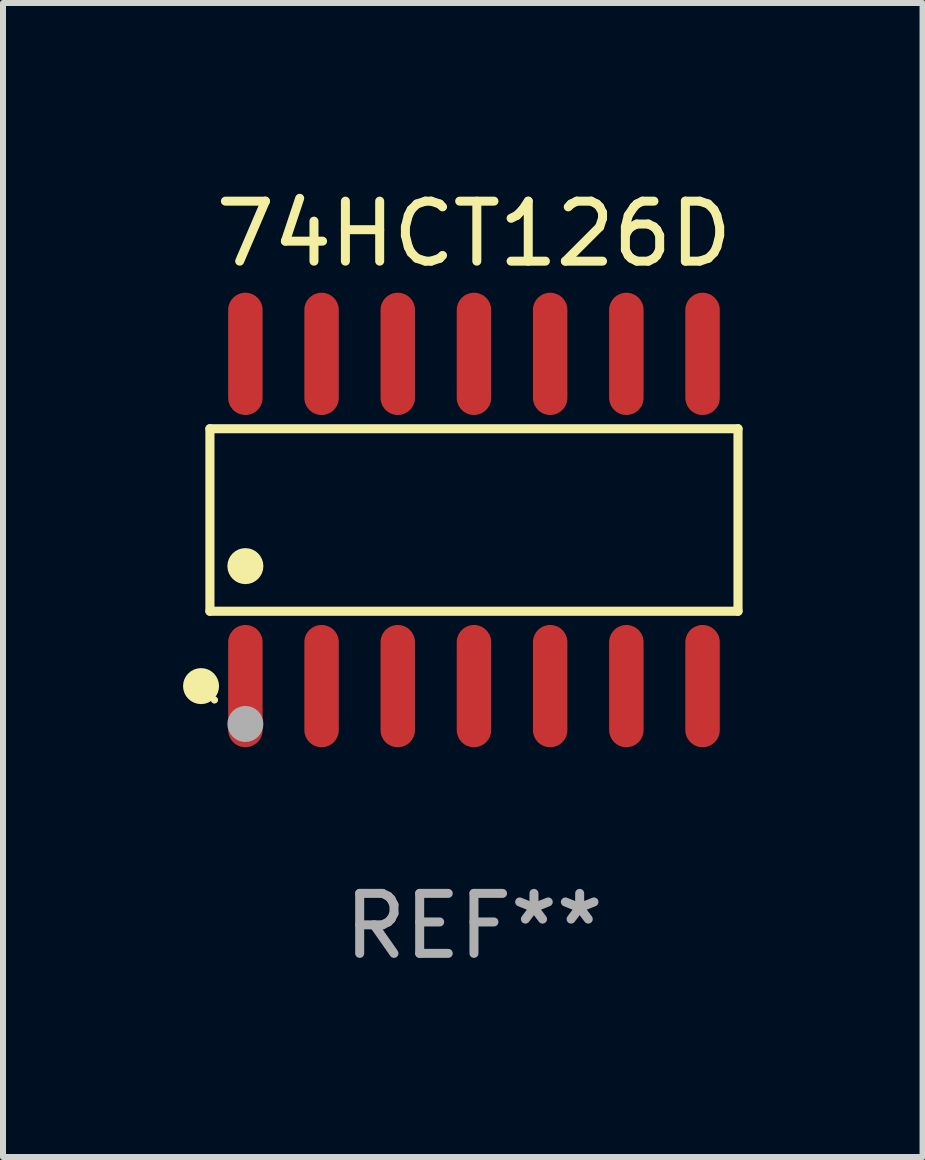
<source format=kicad_pcb>
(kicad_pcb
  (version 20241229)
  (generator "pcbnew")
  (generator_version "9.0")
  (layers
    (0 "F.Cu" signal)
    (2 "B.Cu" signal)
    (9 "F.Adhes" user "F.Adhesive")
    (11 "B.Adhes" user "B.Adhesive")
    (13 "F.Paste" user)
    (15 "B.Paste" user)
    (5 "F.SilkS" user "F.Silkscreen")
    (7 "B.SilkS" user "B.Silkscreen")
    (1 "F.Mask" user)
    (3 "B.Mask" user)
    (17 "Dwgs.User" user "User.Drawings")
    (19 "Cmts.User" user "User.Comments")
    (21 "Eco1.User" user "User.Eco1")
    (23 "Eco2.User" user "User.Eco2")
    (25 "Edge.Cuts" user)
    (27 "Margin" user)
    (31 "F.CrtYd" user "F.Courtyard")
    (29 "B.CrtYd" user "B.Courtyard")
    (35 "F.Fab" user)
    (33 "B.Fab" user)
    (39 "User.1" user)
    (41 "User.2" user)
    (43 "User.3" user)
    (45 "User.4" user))
  (footprint "74HCT126D"
    (layer "F.Cu")
    (at 4.85 5.617)
    (property "Reference" "74HCT126D" (at 0 -4.769 0) (layer "F.SilkS") (effects (font (size 1 1) (thickness 0.15))))
    (attr through_hole)
    (fp_line (start -4.401 -1.521) (end 4.401 -1.521) (stroke (width 0.152) (type solid)) (layer "F.SilkS"))
    (fp_line (start -4.401 1.521) (end -4.401 -1.521) (stroke (width 0.152) (type solid)) (layer "F.SilkS"))
    (fp_line (start 4.401 -1.521) (end 4.401 1.521) (stroke (width 0.152) (type solid)) (layer "F.SilkS"))
    (fp_line (start 4.401 1.521) (end -4.401 1.521) (stroke (width 0.152) (type solid)) (layer "F.SilkS"))
    (fp_circle (center -4.549 2.769) (end -4.399 2.769) (stroke (width 0.3) (type solid)) (fill no) (layer "F.SilkS"))
    (fp_circle (center -4.325 3) (end -4.295 3) (stroke (width 0.06) (type solid)) (fill no) (layer "F.SilkS"))
    (fp_circle (center -3.81 0.769) (end -3.66 0.769) (stroke (width 0.3) (type solid)) (fill no) (layer "F.SilkS"))
    (fp_circle (center -3.81 3.4) (end -3.66 3.4) (stroke (width 0.3) (type solid)) (fill no) (layer "F.Fab"))
    (fp_text user "REF**" (at 0 6.769 0) (layer "F.Fab") (effects (font (size 1 1) (thickness 0.15))))
    (pad "1" smd oval (at -3.81 2.769) (size 0.574 2.038) (layers "F.Cu" "F.Mask" "F.Paste"))
    (pad "2" smd oval (at -2.54 2.769) (size 0.574 2.038) (layers "F.Cu" "F.Mask" "F.Paste"))
    (pad "3" smd oval (at -1.27 2.769) (size 0.574 2.038) (layers "F.Cu" "F.Mask" "F.Paste"))
    (pad "4" smd oval (at 0 2.769) (size 0.574 2.038) (layers "F.Cu" "F.Mask" "F.Paste"))
    (pad "5" smd oval (at 1.27 2.769) (size 0.574 2.038) (layers "F.Cu" "F.Mask" "F.Paste"))
    (pad "6" smd oval (at 2.54 2.769) (size 0.574 2.038) (layers "F.Cu" "F.Mask" "F.Paste"))
    (pad "7" smd oval (at 3.81 2.769) (size 0.574 2.038) (layers "F.Cu" "F.Mask" "F.Paste"))
    (pad "8" smd oval (at 3.81 -2.769) (size 0.574 2.038) (layers "F.Cu" "F.Mask" "F.Paste"))
    (pad "9" smd oval (at 2.54 -2.769) (size 0.574 2.038) (layers "F.Cu" "F.Mask" "F.Paste"))
    (pad "10" smd oval (at 1.27 -2.769) (size 0.574 2.038) (layers "F.Cu" "F.Mask" "F.Paste"))
    (pad "11" smd oval (at 0 -2.769) (size 0.574 2.038) (layers "F.Cu" "F.Mask" "F.Paste"))
    (pad "12" smd oval (at -1.27 -2.769) (size 0.574 2.038) (layers "F.Cu" "F.Mask" "F.Paste"))
    (pad "13" smd oval (at -2.54 -2.769) (size 0.574 2.038) (layers "F.Cu" "F.Mask" "F.Paste"))
    (pad "14" smd oval (at -3.81 -2.769) (size 0.574 2.038) (layers "F.Cu" "F.Mask" "F.Paste")))
  (gr_rect
    (start -3 -3)
    (end 12.327 16.235)
    (stroke (width 0.1) (type default))
    (fill no)
    (layer "Edge.Cuts")))
</source>
